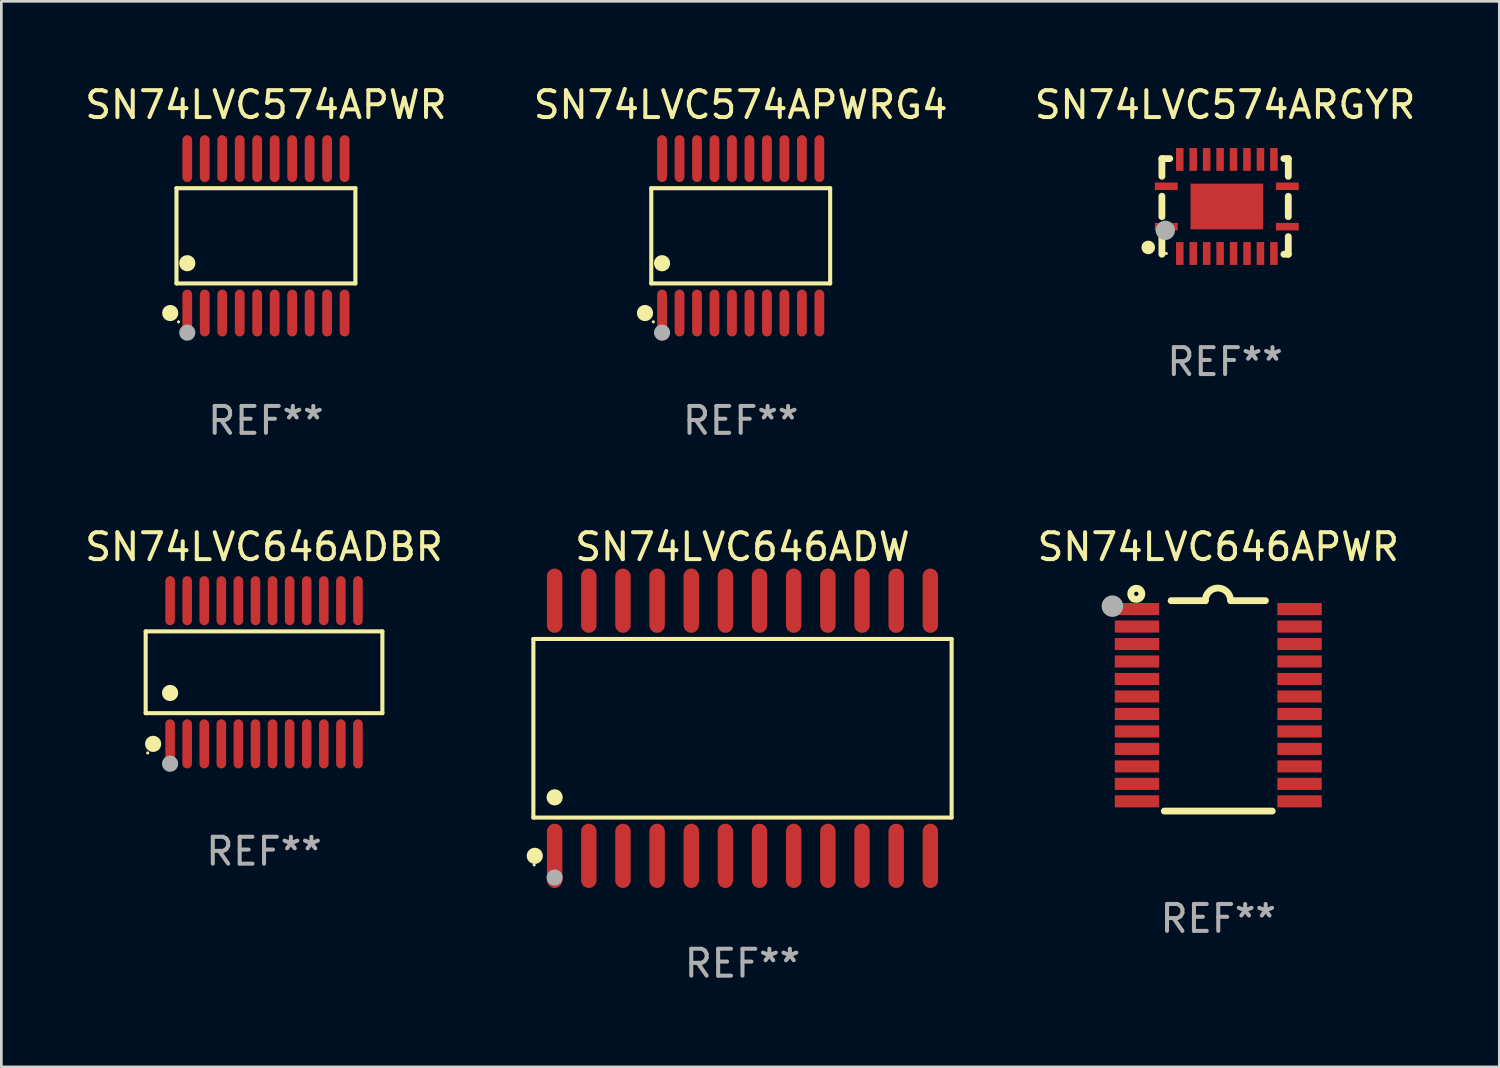
<source format=kicad_pcb>
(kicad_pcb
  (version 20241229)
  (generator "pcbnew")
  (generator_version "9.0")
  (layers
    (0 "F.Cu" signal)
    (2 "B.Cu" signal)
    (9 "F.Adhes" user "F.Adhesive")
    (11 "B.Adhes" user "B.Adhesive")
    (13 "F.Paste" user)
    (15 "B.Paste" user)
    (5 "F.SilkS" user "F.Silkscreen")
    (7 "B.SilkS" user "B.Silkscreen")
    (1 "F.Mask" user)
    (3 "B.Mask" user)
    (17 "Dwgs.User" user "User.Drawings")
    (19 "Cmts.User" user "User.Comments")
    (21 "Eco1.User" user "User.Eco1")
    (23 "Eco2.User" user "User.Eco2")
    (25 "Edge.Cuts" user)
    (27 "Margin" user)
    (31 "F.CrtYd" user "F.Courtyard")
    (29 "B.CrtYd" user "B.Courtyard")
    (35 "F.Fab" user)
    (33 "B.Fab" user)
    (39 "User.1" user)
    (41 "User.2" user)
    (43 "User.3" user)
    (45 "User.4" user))
  (footprint "SN74LVC574APWR"
    (layer "F.Cu")
    (at 6.839 5.719)
    (property "Reference" "SN74LVC574APWR" (at 0 -4.871 0) (layer "F.SilkS") (effects (font (size 1 1) (thickness 0.15))))
    (attr through_hole)
    (fp_line (start -3.326 -1.771) (end 3.326 -1.771) (stroke (width 0.152) (type solid)) (layer "F.SilkS"))
    (fp_line (start -3.326 1.771) (end -3.326 -1.771) (stroke (width 0.152) (type solid)) (layer "F.SilkS"))
    (fp_line (start 3.326 -1.771) (end 3.326 1.771) (stroke (width 0.152) (type solid)) (layer "F.SilkS"))
    (fp_line (start 3.326 1.771) (end -3.326 1.771) (stroke (width 0.152) (type solid)) (layer "F.SilkS"))
    (fp_circle (center -3.559 2.871) (end -3.409 2.871) (stroke (width 0.3) (type solid)) (fill no) (layer "F.SilkS"))
    (fp_circle (center -3.25 3.2) (end -3.22 3.2) (stroke (width 0.06) (type solid)) (fill no) (layer "F.SilkS"))
    (fp_circle (center -2.925 1.019) (end -2.775 1.019) (stroke (width 0.3) (type solid)) (fill no) (layer "F.SilkS"))
    (fp_circle (center -2.925 3.6) (end -2.775 3.6) (stroke (width 0.3) (type solid)) (fill no) (layer "F.Fab"))
    (fp_text user "REF**" (at 0 6.871 0) (layer "F.Fab") (effects (font (size 1 1) (thickness 0.15))))
    (pad "1" smd oval (at -2.925 2.871) (size 0.364 1.742) (layers "F.Cu" "F.Mask" "F.Paste"))
    (pad "2" smd oval (at -2.275 2.871) (size 0.364 1.742) (layers "F.Cu" "F.Mask" "F.Paste"))
    (pad "3" smd oval (at -1.625 2.871) (size 0.364 1.742) (layers "F.Cu" "F.Mask" "F.Paste"))
    (pad "4" smd oval (at -0.975 2.871) (size 0.364 1.742) (layers "F.Cu" "F.Mask" "F.Paste"))
    (pad "5" smd oval (at -0.325 2.871) (size 0.364 1.742) (layers "F.Cu" "F.Mask" "F.Paste"))
    (pad "6" smd oval (at 0.325 2.871) (size 0.364 1.742) (layers "F.Cu" "F.Mask" "F.Paste"))
    (pad "7" smd oval (at 0.975 2.871) (size 0.364 1.742) (layers "F.Cu" "F.Mask" "F.Paste"))
    (pad "8" smd oval (at 1.625 2.871) (size 0.364 1.742) (layers "F.Cu" "F.Mask" "F.Paste"))
    (pad "9" smd oval (at 2.275 2.871) (size 0.364 1.742) (layers "F.Cu" "F.Mask" "F.Paste"))
    (pad "10" smd oval (at 2.925 2.871) (size 0.364 1.742) (layers "F.Cu" "F.Mask" "F.Paste"))
    (pad "11" smd oval (at 2.925 -2.871) (size 0.364 1.742) (layers "F.Cu" "F.Mask" "F.Paste"))
    (pad "12" smd oval (at 2.275 -2.871) (size 0.364 1.742) (layers "F.Cu" "F.Mask" "F.Paste"))
    (pad "13" smd oval (at 1.625 -2.871) (size 0.364 1.742) (layers "F.Cu" "F.Mask" "F.Paste"))
    (pad "14" smd oval (at 0.975 -2.871) (size 0.364 1.742) (layers "F.Cu" "F.Mask" "F.Paste"))
    (pad "15" smd oval (at 0.325 -2.871) (size 0.364 1.742) (layers "F.Cu" "F.Mask" "F.Paste"))
    (pad "16" smd oval (at -0.325 -2.871) (size 0.364 1.742) (layers "F.Cu" "F.Mask" "F.Paste"))
    (pad "17" smd oval (at -0.975 -2.871) (size 0.364 1.742) (layers "F.Cu" "F.Mask" "F.Paste"))
    (pad "18" smd oval (at -1.625 -2.871) (size 0.364 1.742) (layers "F.Cu" "F.Mask" "F.Paste"))
    (pad "19" smd oval (at -2.275 -2.871) (size 0.364 1.742) (layers "F.Cu" "F.Mask" "F.Paste"))
    (pad "20" smd oval (at -2.925 -2.871) (size 0.364 1.742) (layers "F.Cu" "F.Mask" "F.Paste")))
  (footprint "SN74LVC646ADW"
    (layer "F.Cu")
    (at 24.56 24.031)
    (property "Reference" "SN74LVC646ADW" (at 0 -6.744 0) (layer "F.SilkS") (effects (font (size 1 1) (thickness 0.15))))
    (attr through_hole)
    (fp_line (start -7.776 -3.321) (end 7.776 -3.321) (stroke (width 0.152) (type solid)) (layer "F.SilkS"))
    (fp_line (start -7.776 3.321) (end -7.776 -3.321) (stroke (width 0.152) (type solid)) (layer "F.SilkS"))
    (fp_line (start 7.776 -3.321) (end 7.776 3.321) (stroke (width 0.152) (type solid)) (layer "F.SilkS"))
    (fp_line (start 7.776 3.321) (end -7.776 3.321) (stroke (width 0.152) (type solid)) (layer "F.SilkS"))
    (fp_circle (center -7.747 5.08) (end -7.717 5.08) (stroke (width 0.06) (type solid)) (fill no) (layer "F.SilkS"))
    (fp_circle (center -7.724 4.744) (end -7.574 4.744) (stroke (width 0.3) (type solid)) (fill no) (layer "F.SilkS"))
    (fp_circle (center -6.985 2.569) (end -6.835 2.569) (stroke (width 0.3) (type solid)) (fill no) (layer "F.SilkS"))
    (fp_circle (center -6.985 5.55) (end -6.835 5.55) (stroke (width 0.3) (type solid)) (fill no) (layer "F.Fab"))
    (fp_text user "REF**" (at 0 8.744 0) (layer "F.Fab") (effects (font (size 1 1) (thickness 0.15))))
    (pad "1" smd oval (at -6.985 4.744) (size 0.574 2.388) (layers "F.Cu" "F.Mask" "F.Paste"))
    (pad "2" smd oval (at -5.715 4.744) (size 0.574 2.388) (layers "F.Cu" "F.Mask" "F.Paste"))
    (pad "3" smd oval (at -4.445 4.744) (size 0.574 2.388) (layers "F.Cu" "F.Mask" "F.Paste"))
    (pad "4" smd oval (at -3.175 4.744) (size 0.574 2.388) (layers "F.Cu" "F.Mask" "F.Paste"))
    (pad "5" smd oval (at -1.905 4.744) (size 0.574 2.388) (layers "F.Cu" "F.Mask" "F.Paste"))
    (pad "6" smd oval (at -0.635 4.744) (size 0.574 2.388) (layers "F.Cu" "F.Mask" "F.Paste"))
    (pad "7" smd oval (at 0.635 4.744) (size 0.574 2.388) (layers "F.Cu" "F.Mask" "F.Paste"))
    (pad "8" smd oval (at 1.905 4.744) (size 0.574 2.388) (layers "F.Cu" "F.Mask" "F.Paste"))
    (pad "9" smd oval (at 3.175 4.744) (size 0.574 2.388) (layers "F.Cu" "F.Mask" "F.Paste"))
    (pad "10" smd oval (at 4.445 4.744) (size 0.574 2.388) (layers "F.Cu" "F.Mask" "F.Paste"))
    (pad "11" smd oval (at 5.715 4.744) (size 0.574 2.388) (layers "F.Cu" "F.Mask" "F.Paste"))
    (pad "12" smd oval (at 6.985 4.744) (size 0.574 2.388) (layers "F.Cu" "F.Mask" "F.Paste"))
    (pad "13" smd oval (at 6.985 -4.744) (size 0.574 2.388) (layers "F.Cu" "F.Mask" "F.Paste"))
    (pad "14" smd oval (at 5.715 -4.744) (size 0.574 2.388) (layers "F.Cu" "F.Mask" "F.Paste"))
    (pad "15" smd oval (at 4.445 -4.744) (size 0.574 2.388) (layers "F.Cu" "F.Mask" "F.Paste"))
    (pad "16" smd oval (at 3.175 -4.744) (size 0.574 2.388) (layers "F.Cu" "F.Mask" "F.Paste"))
    (pad "17" smd oval (at 1.905 -4.744) (size 0.574 2.388) (layers "F.Cu" "F.Mask" "F.Paste"))
    (pad "18" smd oval (at 0.635 -4.744) (size 0.574 2.388) (layers "F.Cu" "F.Mask" "F.Paste"))
    (pad "19" smd oval (at -0.635 -4.744) (size 0.574 2.388) (layers "F.Cu" "F.Mask" "F.Paste"))
    (pad "20" smd oval (at -1.905 -4.744) (size 0.574 2.388) (layers "F.Cu" "F.Mask" "F.Paste"))
    (pad "21" smd oval (at -3.175 -4.744) (size 0.574 2.388) (layers "F.Cu" "F.Mask" "F.Paste"))
    (pad "22" smd oval (at -4.445 -4.744) (size 0.574 2.388) (layers "F.Cu" "F.Mask" "F.Paste"))
    (pad "23" smd oval (at -5.715 -4.744) (size 0.574 2.388) (layers "F.Cu" "F.Mask" "F.Paste"))
    (pad "24" smd oval (at -6.985 -4.744) (size 0.574 2.388) (layers "F.Cu" "F.Mask" "F.Paste")))
  (footprint "SN74LVC574ARGYR"
    (layer "F.Cu")
    (at 42.506 4.626)
    (property "Reference" "SN74LVC574ARGYR" (at 0 -3.778 0) (layer "F.SilkS") (effects (font (size 1 1) (thickness 0.15))))
    (attr through_hole)
    (fp_line (start -2.35 -1.778) (end -2.35 -1.121) (stroke (width 0.254) (type solid)) (layer "F.SilkS"))
    (fp_line (start -2.35 -1.778) (end -2.058 -1.778) (stroke (width 0.254) (type solid)) (layer "F.SilkS"))
    (fp_line (start -2.35 -0.379) (end -2.35 0.381) (stroke (width 0.254) (type solid)) (layer "F.SilkS"))
    (fp_line (start -2.35 1.123) (end -2.35 1.778) (stroke (width 0.254) (type solid)) (layer "F.SilkS"))
    (fp_line (start 2.186 -1.778) (end 2.35 -1.778) (stroke (width 0.254) (type solid)) (layer "F.SilkS"))
    (fp_line (start 2.35 -1.778) (end 2.35 -1.119) (stroke (width 0.254) (type solid)) (layer "F.SilkS"))
    (fp_line (start 2.35 -0.377) (end 2.35 0.381) (stroke (width 0.254) (type solid)) (layer "F.SilkS"))
    (fp_line (start 2.35 1.123) (end 2.35 1.778) (stroke (width 0.254) (type solid)) (layer "F.SilkS"))
    (fp_line (start 2.35 1.778) (end 2.186 1.778) (stroke (width 0.254) (type solid)) (layer "F.SilkS"))
    (fp_circle (center -2.858 1.524) (end -2.731 1.524) (stroke (width 0.254) (type solid)) (fill no) (layer "F.SilkS"))
    (fp_circle (center -2.187 1.75) (end -2.157 1.75) (stroke (width 0.06) (type solid)) (fill no) (layer "F.SilkS"))
    (fp_circle (center -2.223 0.889) (end -2.043 0.889) (stroke (width 0.36) (type solid)) (fill no) (layer "F.Fab"))
    (fp_text user "REF**" (at 0 5.778 0) (layer "F.Fab") (effects (font (size 1 1) (thickness 0.15))))
    (pad "1" smd rect (at -2.186 0.752) (size 0.85 0.28) (layers "F.Cu" "F.Mask" "F.Paste"))
    (pad "2" smd rect (at -1.685 1.75) (size 0.28 0.85) (layers "F.Cu" "F.Mask" "F.Paste"))
    (pad "3" smd rect (at -1.185 1.75) (size 0.28 0.85) (layers "F.Cu" "F.Mask" "F.Paste"))
    (pad "4" smd rect (at -0.685 1.75) (size 0.28 0.85) (layers "F.Cu" "F.Mask" "F.Paste"))
    (pad "5" smd rect (at -0.185 1.75) (size 0.28 0.85) (layers "F.Cu" "F.Mask" "F.Paste"))
    (pad "6" smd rect (at 0.315 1.75) (size 0.28 0.85) (layers "F.Cu" "F.Mask" "F.Paste"))
    (pad "7" smd rect (at 0.815 1.75) (size 0.28 0.85) (layers "F.Cu" "F.Mask" "F.Paste"))
    (pad "8" smd rect (at 1.315 1.75) (size 0.28 0.85) (layers "F.Cu" "F.Mask" "F.Paste"))
    (pad "9" smd rect (at 1.815 1.75) (size 0.28 0.85) (layers "F.Cu" "F.Mask" "F.Paste"))
    (pad "10" smd rect (at 2.313 0.752) (size 0.85 0.28) (layers "F.Cu" "F.Mask" "F.Paste"))
    (pad "11" smd rect (at 2.313 -0.748) (size 0.85 0.28) (layers "F.Cu" "F.Mask" "F.Paste"))
    (pad "12" smd rect (at 1.815 -1.75) (size 0.28 0.85) (layers "F.Cu" "F.Mask" "F.Paste"))
    (pad "13" smd rect (at 1.315 -1.75) (size 0.28 0.85) (layers "F.Cu" "F.Mask" "F.Paste"))
    (pad "14" smd rect (at 0.814 -1.748) (size 0.28 0.85) (layers "F.Cu" "F.Mask" "F.Paste"))
    (pad "15" smd rect (at 0.313 -1.748) (size 0.28 0.85) (layers "F.Cu" "F.Mask" "F.Paste"))
    (pad "16" smd rect (at -0.186 -1.748) (size 0.28 0.85) (layers "F.Cu" "F.Mask" "F.Paste"))
    (pad "17" smd rect (at -0.687 -1.748) (size 0.28 0.85) (layers "F.Cu" "F.Mask" "F.Paste"))
    (pad "18" smd rect (at -1.186 -1.748) (size 0.28 0.85) (layers "F.Cu" "F.Mask" "F.Paste"))
    (pad "19" smd rect (at -1.687 -1.748) (size 0.28 0.85) (layers "F.Cu" "F.Mask" "F.Paste"))
    (pad "20" smd rect (at -2.186 -0.75) (size 0.85 0.28) (layers "F.Cu" "F.Mask" "F.Paste"))
    (pad "21" smd rect (at 0.064 0.002 90) (size 1.7 2.7) (layers "F.Cu" "F.Mask" "F.Paste")))
  (footprint "SN74LVC646APWR"
    (layer "F.Cu")
    (at 42.252 23.198)
    (property "Reference" "SN74LVC646APWR" (at 0 -5.912 0) (layer "F.SilkS") (effects (font (size 1 1) (thickness 0.15))))
    (attr through_hole)
    (fp_line (start -1.753 -3.912) (end -0.483 -3.912) (stroke (width 0.254) (type solid)) (layer "F.SilkS"))
    (fp_line (start 0.483 -3.912) (end 1.753 -3.912) (stroke (width 0.254) (type solid)) (layer "F.SilkS"))
    (fp_line (start 2.007 3.912) (end -2.007 3.912) (stroke (width 0.254) (type solid)) (layer "F.SilkS"))
    (fp_arc (start -0.482626 -3.911608) (mid -0.012725 -4.381509) (end 0.457176 -3.911608) (stroke (width 0.254001) (type solid)) (layer "F.SilkS"))
    (fp_circle (center -3.2 -3.925) (end -3.17 -3.925) (stroke (width 0.06) (type solid)) (fill no) (layer "F.SilkS"))
    (fp_circle (center -3.048 -4.166) (end -2.968 -4.166) (stroke (width 0.254) (type solid)) (fill no) (layer "F.SilkS"))
    (fp_circle (center -3.937 -3.708) (end -3.737 -3.708) (stroke (width 0.4) (type solid)) (fill no) (layer "F.Fab"))
    (fp_text user "REF**" (at 0 7.912 0) (layer "F.Fab") (effects (font (size 1 1) (thickness 0.15))))
    (pad "1" smd rect (at -3.023 -3.6) (size 1.65 0.45) (layers "F.Cu" "F.Mask" "F.Paste"))
    (pad "2" smd rect (at -3.023 -2.95) (size 1.65 0.45) (layers "F.Cu" "F.Mask" "F.Paste"))
    (pad "3" smd rect (at -3.023 -2.3) (size 1.65 0.45) (layers "F.Cu" "F.Mask" "F.Paste"))
    (pad "4" smd rect (at -3.023 -1.65) (size 1.65 0.45) (layers "F.Cu" "F.Mask" "F.Paste"))
    (pad "5" smd rect (at -3.023 -1) (size 1.65 0.45) (layers "F.Cu" "F.Mask" "F.Paste"))
    (pad "6" smd rect (at -3.023 -0.35) (size 1.65 0.45) (layers "F.Cu" "F.Mask" "F.Paste"))
    (pad "7" smd rect (at -3.023 0.3) (size 1.65 0.45) (layers "F.Cu" "F.Mask" "F.Paste"))
    (pad "8" smd rect (at -3.023 0.95) (size 1.65 0.45) (layers "F.Cu" "F.Mask" "F.Paste"))
    (pad "9" smd rect (at -3.023 1.6) (size 1.65 0.45) (layers "F.Cu" "F.Mask" "F.Paste"))
    (pad "10" smd rect (at -3.023 2.25) (size 1.65 0.45) (layers "F.Cu" "F.Mask" "F.Paste"))
    (pad "11" smd rect (at -3.023 2.9) (size 1.65 0.45) (layers "F.Cu" "F.Mask" "F.Paste"))
    (pad "12" smd rect (at -3.023 3.55) (size 1.65 0.45) (layers "F.Cu" "F.Mask" "F.Paste"))
    (pad "13" smd rect (at 3.023 3.55) (size 1.65 0.45) (layers "F.Cu" "F.Mask" "F.Paste"))
    (pad "14" smd rect (at 3.023 2.9) (size 1.65 0.45) (layers "F.Cu" "F.Mask" "F.Paste"))
    (pad "15" smd rect (at 3.023 2.25) (size 1.65 0.45) (layers "F.Cu" "F.Mask" "F.Paste"))
    (pad "16" smd rect (at 3.023 1.6) (size 1.65 0.45) (layers "F.Cu" "F.Mask" "F.Paste"))
    (pad "17" smd rect (at 3.023 0.95) (size 1.65 0.45) (layers "F.Cu" "F.Mask" "F.Paste"))
    (pad "18" smd rect (at 3.023 0.3) (size 1.65 0.45) (layers "F.Cu" "F.Mask" "F.Paste"))
    (pad "19" smd rect (at 3.023 -0.35) (size 1.65 0.45) (layers "F.Cu" "F.Mask" "F.Paste"))
    (pad "20" smd rect (at 3.023 -1) (size 1.65 0.45) (layers "F.Cu" "F.Mask" "F.Paste"))
    (pad "21" smd rect (at 3.023 -1.65) (size 1.65 0.45) (layers "F.Cu" "F.Mask" "F.Paste"))
    (pad "22" smd rect (at 3.023 -2.3) (size 1.65 0.45) (layers "F.Cu" "F.Mask" "F.Paste"))
    (pad "23" smd rect (at 3.023 -2.95) (size 1.65 0.45) (layers "F.Cu" "F.Mask" "F.Paste"))
    (pad "24" smd rect (at 3.023 -3.6) (size 1.65 0.45) (layers "F.Cu" "F.Mask" "F.Paste")))
  (footprint "SN74LVC574APWRG4"
    (layer "F.Cu")
    (at 24.494 5.719)
    (property "Reference" "SN74LVC574APWRG4" (at 0 -4.871 0) (layer "F.SilkS") (effects (font (size 1 1) (thickness 0.15))))
    (attr through_hole)
    (fp_line (start -3.326 -1.771) (end 3.326 -1.771) (stroke (width 0.152) (type solid)) (layer "F.SilkS"))
    (fp_line (start -3.326 1.771) (end -3.326 -1.771) (stroke (width 0.152) (type solid)) (layer "F.SilkS"))
    (fp_line (start 3.326 -1.771) (end 3.326 1.771) (stroke (width 0.152) (type solid)) (layer "F.SilkS"))
    (fp_line (start 3.326 1.771) (end -3.326 1.771) (stroke (width 0.152) (type solid)) (layer "F.SilkS"))
    (fp_circle (center -3.559 2.871) (end -3.409 2.871) (stroke (width 0.3) (type solid)) (fill no) (layer "F.SilkS"))
    (fp_circle (center -3.25 3.2) (end -3.22 3.2) (stroke (width 0.06) (type solid)) (fill no) (layer "F.SilkS"))
    (fp_circle (center -2.925 1.019) (end -2.775 1.019) (stroke (width 0.3) (type solid)) (fill no) (layer "F.SilkS"))
    (fp_circle (center -2.925 3.6) (end -2.775 3.6) (stroke (width 0.3) (type solid)) (fill no) (layer "F.Fab"))
    (fp_text user "REF**" (at 0 6.871 0) (layer "F.Fab") (effects (font (size 1 1) (thickness 0.15))))
    (pad "1" smd oval (at -2.925 2.871) (size 0.364 1.742) (layers "F.Cu" "F.Mask" "F.Paste"))
    (pad "2" smd oval (at -2.275 2.871) (size 0.364 1.742) (layers "F.Cu" "F.Mask" "F.Paste"))
    (pad "3" smd oval (at -1.625 2.871) (size 0.364 1.742) (layers "F.Cu" "F.Mask" "F.Paste"))
    (pad "4" smd oval (at -0.975 2.871) (size 0.364 1.742) (layers "F.Cu" "F.Mask" "F.Paste"))
    (pad "5" smd oval (at -0.325 2.871) (size 0.364 1.742) (layers "F.Cu" "F.Mask" "F.Paste"))
    (pad "6" smd oval (at 0.325 2.871) (size 0.364 1.742) (layers "F.Cu" "F.Mask" "F.Paste"))
    (pad "7" smd oval (at 0.975 2.871) (size 0.364 1.742) (layers "F.Cu" "F.Mask" "F.Paste"))
    (pad "8" smd oval (at 1.625 2.871) (size 0.364 1.742) (layers "F.Cu" "F.Mask" "F.Paste"))
    (pad "9" smd oval (at 2.275 2.871) (size 0.364 1.742) (layers "F.Cu" "F.Mask" "F.Paste"))
    (pad "10" smd oval (at 2.925 2.871) (size 0.364 1.742) (layers "F.Cu" "F.Mask" "F.Paste"))
    (pad "11" smd oval (at 2.925 -2.871) (size 0.364 1.742) (layers "F.Cu" "F.Mask" "F.Paste"))
    (pad "12" smd oval (at 2.275 -2.871) (size 0.364 1.742) (layers "F.Cu" "F.Mask" "F.Paste"))
    (pad "13" smd oval (at 1.625 -2.871) (size 0.364 1.742) (layers "F.Cu" "F.Mask" "F.Paste"))
    (pad "14" smd oval (at 0.975 -2.871) (size 0.364 1.742) (layers "F.Cu" "F.Mask" "F.Paste"))
    (pad "15" smd oval (at 0.325 -2.871) (size 0.364 1.742) (layers "F.Cu" "F.Mask" "F.Paste"))
    (pad "16" smd oval (at -0.325 -2.871) (size 0.364 1.742) (layers "F.Cu" "F.Mask" "F.Paste"))
    (pad "17" smd oval (at -0.975 -2.871) (size 0.364 1.742) (layers "F.Cu" "F.Mask" "F.Paste"))
    (pad "18" smd oval (at -1.625 -2.871) (size 0.364 1.742) (layers "F.Cu" "F.Mask" "F.Paste"))
    (pad "19" smd oval (at -2.275 -2.871) (size 0.364 1.742) (layers "F.Cu" "F.Mask" "F.Paste"))
    (pad "20" smd oval (at -2.925 -2.871) (size 0.364 1.742) (layers "F.Cu" "F.Mask" "F.Paste")))
  (footprint "SN74LVC646ADBR"
    (layer "F.Cu")
    (at 6.768 21.949)
    (property "Reference" "SN74LVC646ADBR" (at 0 -4.662 0) (layer "F.SilkS") (effects (font (size 1 1) (thickness 0.15))))
    (attr through_hole)
    (fp_line (start -4.401 -1.521) (end 4.401 -1.521) (stroke (width 0.152) (type solid)) (layer "F.SilkS"))
    (fp_line (start -4.401 1.521) (end -4.401 -1.521) (stroke (width 0.152) (type solid)) (layer "F.SilkS"))
    (fp_line (start 4.401 -1.521) (end 4.401 1.521) (stroke (width 0.152) (type solid)) (layer "F.SilkS"))
    (fp_line (start 4.401 1.521) (end -4.401 1.521) (stroke (width 0.152) (type solid)) (layer "F.SilkS"))
    (fp_circle (center -4.325 3) (end -4.295 3) (stroke (width 0.06) (type solid)) (fill no) (layer "F.SilkS"))
    (fp_circle (center -4.123 2.662) (end -3.973 2.662) (stroke (width 0.3) (type solid)) (fill no) (layer "F.SilkS"))
    (fp_circle (center -3.493 0.769) (end -3.342 0.769) (stroke (width 0.3) (type solid)) (fill no) (layer "F.SilkS"))
    (fp_circle (center -3.493 3.4) (end -3.342 3.4) (stroke (width 0.3) (type solid)) (fill no) (layer "F.Fab"))
    (fp_text user "REF**" (at 0 6.662 0) (layer "F.Fab") (effects (font (size 1 1) (thickness 0.15))))
    (pad "1" smd oval (at -3.493 2.662) (size 0.356 1.824) (layers "F.Cu" "F.Mask" "F.Paste"))
    (pad "2" smd oval (at -2.858 2.662) (size 0.356 1.824) (layers "F.Cu" "F.Mask" "F.Paste"))
    (pad "3" smd oval (at -2.223 2.662) (size 0.356 1.824) (layers "F.Cu" "F.Mask" "F.Paste"))
    (pad "4" smd oval (at -1.588 2.662) (size 0.356 1.824) (layers "F.Cu" "F.Mask" "F.Paste"))
    (pad "5" smd oval (at -0.953 2.662) (size 0.356 1.824) (layers "F.Cu" "F.Mask" "F.Paste"))
    (pad "6" smd oval (at -0.318 2.662) (size 0.356 1.824) (layers "F.Cu" "F.Mask" "F.Paste"))
    (pad "7" smd oval (at 0.318 2.662) (size 0.356 1.824) (layers "F.Cu" "F.Mask" "F.Paste"))
    (pad "8" smd oval (at 0.953 2.662) (size 0.356 1.824) (layers "F.Cu" "F.Mask" "F.Paste"))
    (pad "9" smd oval (at 1.588 2.662) (size 0.356 1.824) (layers "F.Cu" "F.Mask" "F.Paste"))
    (pad "10" smd oval (at 2.223 2.662) (size 0.356 1.824) (layers "F.Cu" "F.Mask" "F.Paste"))
    (pad "11" smd oval (at 2.858 2.662) (size 0.356 1.824) (layers "F.Cu" "F.Mask" "F.Paste"))
    (pad "12" smd oval (at 3.493 2.662) (size 0.356 1.824) (layers "F.Cu" "F.Mask" "F.Paste"))
    (pad "13" smd oval (at 3.493 -2.662) (size 0.356 1.824) (layers "F.Cu" "F.Mask" "F.Paste"))
    (pad "14" smd oval (at 2.858 -2.662) (size 0.356 1.824) (layers "F.Cu" "F.Mask" "F.Paste"))
    (pad "15" smd oval (at 2.223 -2.662) (size 0.356 1.824) (layers "F.Cu" "F.Mask" "F.Paste"))
    (pad "16" smd oval (at 1.588 -2.662) (size 0.356 1.824) (layers "F.Cu" "F.Mask" "F.Paste"))
    (pad "17" smd oval (at 0.953 -2.662) (size 0.356 1.824) (layers "F.Cu" "F.Mask" "F.Paste"))
    (pad "18" smd oval (at 0.318 -2.662) (size 0.356 1.824) (layers "F.Cu" "F.Mask" "F.Paste"))
    (pad "19" smd oval (at -0.318 -2.662) (size 0.356 1.824) (layers "F.Cu" "F.Mask" "F.Paste"))
    (pad "20" smd oval (at -0.953 -2.662) (size 0.356 1.824) (layers "F.Cu" "F.Mask" "F.Paste"))
    (pad "21" smd oval (at -1.588 -2.662) (size 0.356 1.824) (layers "F.Cu" "F.Mask" "F.Paste"))
    (pad "22" smd oval (at -2.223 -2.662) (size 0.356 1.824) (layers "F.Cu" "F.Mask" "F.Paste"))
    (pad "23" smd oval (at -2.858 -2.662) (size 0.356 1.824) (layers "F.Cu" "F.Mask" "F.Paste"))
    (pad "24" smd oval (at -3.493 -2.662) (size 0.356 1.824) (layers "F.Cu" "F.Mask" "F.Paste")))
  (gr_rect
    (start -3 -3)
    (end 52.702 36.623)
    (stroke (width 0.1) (type default))
    (fill no)
    (layer "Edge.Cuts")))
</source>
